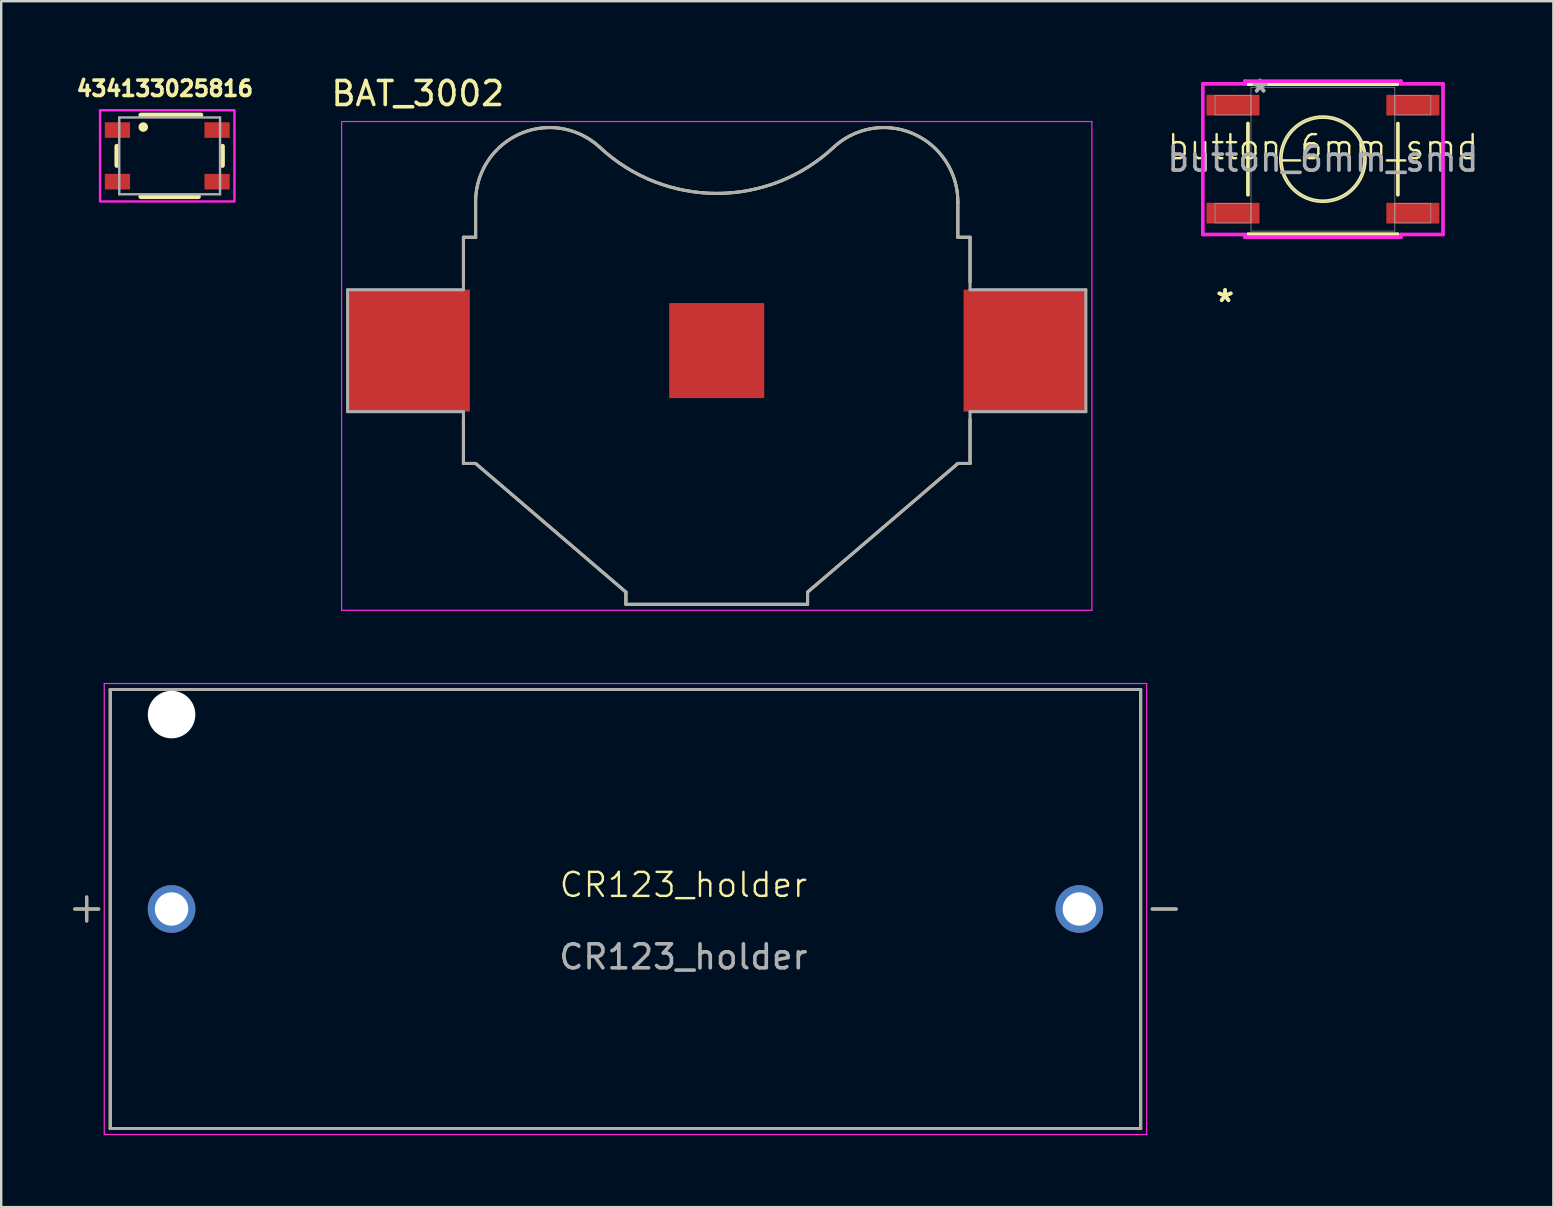
<source format=kicad_pcb>
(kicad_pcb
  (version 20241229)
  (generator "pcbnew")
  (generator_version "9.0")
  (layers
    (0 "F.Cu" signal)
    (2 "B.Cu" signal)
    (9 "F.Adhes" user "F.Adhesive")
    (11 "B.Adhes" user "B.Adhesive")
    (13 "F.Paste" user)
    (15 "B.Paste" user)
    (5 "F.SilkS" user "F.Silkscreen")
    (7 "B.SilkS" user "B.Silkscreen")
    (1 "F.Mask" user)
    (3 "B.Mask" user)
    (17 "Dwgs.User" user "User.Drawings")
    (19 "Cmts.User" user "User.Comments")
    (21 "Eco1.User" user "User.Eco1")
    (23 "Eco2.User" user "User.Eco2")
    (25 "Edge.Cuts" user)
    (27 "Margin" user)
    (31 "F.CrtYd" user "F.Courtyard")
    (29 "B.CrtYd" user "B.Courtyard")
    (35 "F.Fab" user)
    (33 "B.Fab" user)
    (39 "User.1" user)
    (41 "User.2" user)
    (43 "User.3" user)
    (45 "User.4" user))
  (footprint "button_6mm_smd"
    (layer "F.Cu")
    (at 52.067 3.581)
    (property "Reference" "button_6mm_smd" (at 0 -0.5 0) (unlocked yes) (layer "F.SilkS") (effects (font (size 1 1) (thickness 0.1))))
    (attr smd)
    (fp_line (start -3.124 -1.485) (end -3.124 1.485) (stroke (width 0.152) (type solid)) (layer "F.SilkS"))
    (fp_line (start -3.124 3.124) (end 3.124 3.124) (stroke (width 0.152) (type solid)) (layer "F.SilkS"))
    (fp_line (start 3.124 -3.124) (end -3.124 -3.124) (stroke (width 0.152) (type solid)) (layer "F.SilkS"))
    (fp_line (start 3.124 1.485) (end 3.124 -1.485) (stroke (width 0.152) (type solid)) (layer "F.SilkS"))
    (fp_circle (center 0 0) (end 1.753 0) (stroke (width 0.152) (type solid)) (fill no) (layer "F.SilkS"))
    (fp_line (start -5.004 -3.139) (end -3.251 -3.139) (stroke (width 0.152) (type solid)) (layer "F.CrtYd"))
    (fp_line (start -5.004 3.139) (end -5.004 -3.139) (stroke (width 0.152) (type solid)) (layer "F.CrtYd"))
    (fp_line (start -3.251 -3.251) (end 3.251 -3.251) (stroke (width 0.152) (type solid)) (layer "F.CrtYd"))
    (fp_line (start -3.251 -3.139) (end -3.251 -3.251) (stroke (width 0.152) (type solid)) (layer "F.CrtYd"))
    (fp_line (start -3.251 3.139) (end -5.004 3.139) (stroke (width 0.152) (type solid)) (layer "F.CrtYd"))
    (fp_line (start -3.251 3.251) (end -3.251 3.139) (stroke (width 0.152) (type solid)) (layer "F.CrtYd"))
    (fp_line (start 3.251 -3.251) (end 3.251 -3.139) (stroke (width 0.152) (type solid)) (layer "F.CrtYd"))
    (fp_line (start 3.251 -3.139) (end 5.004 -3.139) (stroke (width 0.152) (type solid)) (layer "F.CrtYd"))
    (fp_line (start 3.251 3.139) (end 3.251 3.251) (stroke (width 0.152) (type solid)) (layer "F.CrtYd"))
    (fp_line (start 3.251 3.251) (end -3.251 3.251) (stroke (width 0.152) (type solid)) (layer "F.CrtYd"))
    (fp_line (start 5.004 -3.139) (end 5.004 3.139) (stroke (width 0.152) (type solid)) (layer "F.CrtYd"))
    (fp_line (start 5.004 3.139) (end 3.251 3.139) (stroke (width 0.152) (type solid)) (layer "F.CrtYd"))
    (fp_line (start -4.496 -2.656) (end -4.496 -1.844) (stroke (width 0.025) (type solid)) (layer "F.Fab"))
    (fp_line (start -4.496 -1.844) (end -2.997 -1.844) (stroke (width 0.025) (type solid)) (layer "F.Fab"))
    (fp_line (start -4.496 1.844) (end -4.496 2.656) (stroke (width 0.025) (type solid)) (layer "F.Fab"))
    (fp_line (start -4.496 2.656) (end -2.997 2.656) (stroke (width 0.025) (type solid)) (layer "F.Fab"))
    (fp_line (start -2.997 -2.997) (end -2.997 2.997) (stroke (width 0.025) (type solid)) (layer "F.Fab"))
    (fp_line (start -2.997 -2.656) (end -4.496 -2.656) (stroke (width 0.025) (type solid)) (layer "F.Fab"))
    (fp_line (start -2.997 -1.844) (end -2.997 -2.656) (stroke (width 0.025) (type solid)) (layer "F.Fab"))
    (fp_line (start -2.997 1.844) (end -4.496 1.844) (stroke (width 0.025) (type solid)) (layer "F.Fab"))
    (fp_line (start -2.997 2.656) (end -2.997 1.844) (stroke (width 0.025) (type solid)) (layer "F.Fab"))
    (fp_line (start -2.997 2.997) (end 2.997 2.997) (stroke (width 0.025) (type solid)) (layer "F.Fab"))
    (fp_line (start 2.997 -2.997) (end -2.997 -2.997) (stroke (width 0.025) (type solid)) (layer "F.Fab"))
    (fp_line (start 2.997 -2.656) (end 2.997 -1.844) (stroke (width 0.025) (type solid)) (layer "F.Fab"))
    (fp_line (start 2.997 -1.844) (end 4.496 -1.844) (stroke (width 0.025) (type solid)) (layer "F.Fab"))
    (fp_line (start 2.997 1.844) (end 2.997 2.656) (stroke (width 0.025) (type solid)) (layer "F.Fab"))
    (fp_line (start 2.997 2.656) (end 4.496 2.656) (stroke (width 0.025) (type solid)) (layer "F.Fab"))
    (fp_line (start 2.997 2.997) (end 2.997 -2.997) (stroke (width 0.025) (type solid)) (layer "F.Fab"))
    (fp_line (start 4.496 -2.656) (end 2.997 -2.656) (stroke (width 0.025) (type solid)) (layer "F.Fab"))
    (fp_line (start 4.496 -1.844) (end 4.496 -2.656) (stroke (width 0.025) (type solid)) (layer "F.Fab"))
    (fp_line (start 4.496 1.844) (end 2.997 1.844) (stroke (width 0.025) (type solid)) (layer "F.Fab"))
    (fp_line (start 4.496 2.656) (end 4.496 1.844) (stroke (width 0.025) (type solid)) (layer "F.Fab"))
    (fp_circle (center 0 0) (end 1.753 0) (stroke (width 0.025) (type solid)) (fill no) (layer "F.Fab"))
    (fp_text user "*" (at -4.077 5.994 0) (unlocked yes) (layer "F.SilkS") (effects (font (size 1 1) (thickness 0.15))))
    (fp_text user "*" (at -4.077 5.994 0) (layer "F.SilkS") (effects (font (size 1 1) (thickness 0.15))))
    (fp_text user "${REFERENCE}" (at 0 0 0) (unlocked yes) (layer "F.Fab") (effects (font (size 1 1) (thickness 0.15))))
    (fp_text user "*" (at -2.616 -2.733 0) (layer "F.Fab") (effects (font (size 1 1) (thickness 0.15))))
    (fp_text user "*" (at -2.616 -2.733 0) (unlocked yes) (layer "F.Fab") (effects (font (size 1 1) (thickness 0.15))))
    (pad "1" smd rect (at -3.747 -2.25) (size 2.21 0.864) (layers "F.Cu" "F.Mask" "F.Paste"))
    (pad "1" smd rect (at 3.747 -2.25) (size 2.21 0.864) (layers "F.Cu" "F.Mask" "F.Paste"))
    (pad "2" smd rect (at -3.747 2.25) (size 2.21 0.864) (layers "F.Cu" "F.Mask" "F.Paste"))
    (pad "2" smd rect (at 3.747 2.25) (size 2.21 0.864) (layers "F.Cu" "F.Mask" "F.Paste")))
  (footprint "BAT_3002"
    (layer "F.Cu")
    (at 26.81 11.557)
    (property "Reference" "BAT_3002" (at -12.453 -10.709 0) (layer "F.SilkS") (effects (font (size 1 1) (thickness 0.15))))
    (attr smd)
    (fp_line (start -10.552 -4.721) (end -10.552 -2.86) (stroke (width 0.127) (type solid)) (layer "F.SilkS"))
    (fp_line (start -10.552 4.703) (end -10.552 2.86) (stroke (width 0.127) (type solid)) (layer "F.SilkS"))
    (fp_line (start -10.552 4.703) (end -10.044 4.703) (stroke (width 0.127) (type solid)) (layer "F.SilkS"))
    (fp_line (start -10.044 -4.721) (end -10.552 -4.721) (stroke (width 0.127) (type solid)) (layer "F.SilkS"))
    (fp_line (start -10.044 -4.721) (end -10.044 -6.18) (stroke (width 0.127) (type solid)) (layer "F.SilkS"))
    (fp_line (start -3.783 10.062) (end -10.044 4.703) (stroke (width 0.127) (type solid)) (layer "F.SilkS"))
    (fp_line (start -3.783 10.062) (end -3.783 10.57) (stroke (width 0.127) (type solid)) (layer "F.SilkS"))
    (fp_line (start -3.783 10.57) (end 3.786 10.57) (stroke (width 0.127) (type solid)) (layer "F.SilkS"))
    (fp_line (start 3.786 10.57) (end 3.786 10.062) (stroke (width 0.127) (type solid)) (layer "F.SilkS"))
    (fp_line (start 10.047 -6.18) (end 10.047 -4.721) (stroke (width 0.127) (type solid)) (layer "F.SilkS"))
    (fp_line (start 10.047 4.703) (end 3.786 10.062) (stroke (width 0.127) (type solid)) (layer "F.SilkS"))
    (fp_line (start 10.047 4.703) (end 10.555 4.703) (stroke (width 0.127) (type solid)) (layer "F.SilkS"))
    (fp_line (start 10.555 -4.721) (end 10.047 -4.721) (stroke (width 0.127) (type solid)) (layer "F.SilkS"))
    (fp_line (start 10.555 -2.86) (end 10.555 -4.721) (stroke (width 0.127) (type solid)) (layer "F.SilkS"))
    (fp_line (start 10.555 4.703) (end 10.555 2.86) (stroke (width 0.127) (type solid)) (layer "F.SilkS"))
    (fp_arc (start -10.0444 -6.18005) (mid -9.149372 -8.37419) (end -6.965 -9.2928) (stroke (width 0.127) (type solid)) (layer "F.SilkS"))
    (fp_arc (start -6.965 -9.2928) (mid -5.836781 -9.078691) (end -4.86544 -8.46614) (stroke (width 0.127) (type solid)) (layer "F.SilkS"))
    (fp_arc (start 4.86803 -8.46614) (mid 0.001295 -6.5496) (end -4.86544 -8.46614) (stroke (width 0.127) (type solid)) (layer "F.SilkS"))
    (fp_arc (start 4.86803 -8.46614) (mid 5.839428 -9.078844) (end 6.96777 -9.293) (stroke (width 0.127) (type solid)) (layer "F.SilkS"))
    (fp_arc (start 6.96777 -9.293) (mid 9.152098 -8.374254) (end 10.047 -6.18005) (stroke (width 0.127) (type solid)) (layer "F.SilkS"))
    (fp_line (start -15.628 -9.543) (end -15.628 10.82) (stroke (width 0.05) (type solid)) (layer "F.CrtYd"))
    (fp_line (start -15.628 10.82) (end 15.631 10.82) (stroke (width 0.05) (type solid)) (layer "F.CrtYd"))
    (fp_line (start 15.631 -9.543) (end -15.628 -9.543) (stroke (width 0.05) (type solid)) (layer "F.CrtYd"))
    (fp_line (start 15.631 10.82) (end 15.631 -9.543) (stroke (width 0.05) (type solid)) (layer "F.CrtYd"))
    (fp_line (start -15.378 -2.536) (end -10.552 -2.536) (stroke (width 0.127) (type solid)) (layer "F.Fab"))
    (fp_line (start -15.378 2.544) (end -15.378 -2.536) (stroke (width 0.127) (type solid)) (layer "F.Fab"))
    (fp_line (start -10.552 -4.721) (end -10.552 -2.536) (stroke (width 0.127) (type solid)) (layer "F.Fab"))
    (fp_line (start -10.552 2.544) (end -15.378 2.544) (stroke (width 0.127) (type solid)) (layer "F.Fab"))
    (fp_line (start -10.552 2.544) (end -10.552 4.703) (stroke (width 0.127) (type solid)) (layer "F.Fab"))
    (fp_line (start -10.552 4.703) (end -10.044 4.703) (stroke (width 0.127) (type solid)) (layer "F.Fab"))
    (fp_line (start -10.044 -4.721) (end -10.552 -4.721) (stroke (width 0.127) (type solid)) (layer "F.Fab"))
    (fp_line (start -10.044 -4.721) (end -10.044 -6.18) (stroke (width 0.127) (type solid)) (layer "F.Fab"))
    (fp_line (start -3.783 10.062) (end -10.044 4.703) (stroke (width 0.127) (type solid)) (layer "F.Fab"))
    (fp_line (start -3.783 10.062) (end -3.783 10.57) (stroke (width 0.127) (type solid)) (layer "F.Fab"))
    (fp_line (start -3.783 10.57) (end 3.786 10.57) (stroke (width 0.127) (type solid)) (layer "F.Fab"))
    (fp_line (start 3.786 10.57) (end 3.786 10.062) (stroke (width 0.127) (type solid)) (layer "F.Fab"))
    (fp_line (start 10.047 -6.18) (end 10.047 -4.721) (stroke (width 0.127) (type solid)) (layer "F.Fab"))
    (fp_line (start 10.047 4.703) (end 3.786 10.062) (stroke (width 0.127) (type solid)) (layer "F.Fab"))
    (fp_line (start 10.047 4.703) (end 10.555 4.703) (stroke (width 0.127) (type solid)) (layer "F.Fab"))
    (fp_line (start 10.555 -4.721) (end 10.047 -4.721) (stroke (width 0.127) (type solid)) (layer "F.Fab"))
    (fp_line (start 10.555 -2.536) (end 10.555 -4.721) (stroke (width 0.127) (type solid)) (layer "F.Fab"))
    (fp_line (start 10.555 -2.536) (end 15.381 -2.536) (stroke (width 0.127) (type solid)) (layer "F.Fab"))
    (fp_line (start 10.555 4.703) (end 10.555 2.544) (stroke (width 0.127) (type solid)) (layer "F.Fab"))
    (fp_line (start 15.381 -2.536) (end 15.381 2.544) (stroke (width 0.127) (type solid)) (layer "F.Fab"))
    (fp_line (start 15.381 2.544) (end 10.555 2.544) (stroke (width 0.127) (type solid)) (layer "F.Fab"))
    (fp_arc (start -10.0444 -6.18005) (mid -9.149372 -8.37419) (end -6.965 -9.2928) (stroke (width 0.127) (type solid)) (layer "F.Fab"))
    (fp_arc (start -6.965 -9.2928) (mid -5.836781 -9.078691) (end -4.86544 -8.46614) (stroke (width 0.127) (type solid)) (layer "F.Fab"))
    (fp_arc (start 4.86803 -8.46614) (mid 0.001295 -6.5496) (end -4.86544 -8.46614) (stroke (width 0.127) (type solid)) (layer "F.Fab"))
    (fp_arc (start 4.86803 -8.46614) (mid 5.839428 -9.078844) (end 6.96777 -9.293) (stroke (width 0.127) (type solid)) (layer "F.Fab"))
    (fp_arc (start 6.96777 -9.293) (mid 9.152098 -8.374254) (end 10.047 -6.18005) (stroke (width 0.127) (type solid)) (layer "F.Fab"))
    (pad "1" smd rect (at -12.825 0) (size 5.08 5.08) (layers "F.Cu" "F.Mask" "F.Paste"))
    (pad "1" smd rect (at 12.825 0) (size 5.08 5.08) (layers "F.Cu" "F.Mask" "F.Paste"))
    (pad "2" smd rect (at 0 0) (size 3.96 3.96) (layers "F.Cu" "F.Mask")))
  (footprint "434133025816"
    (layer "F.Cu")
    (at 3.918 3.444)
    (property "Reference" "434133025816" (at -0.1 -2.806 0) (layer "F.SilkS") (effects (font (size 0.64 0.64) (thickness 0.15))))
    (attr smd)
    (fp_line (start -2.1 -0.4) (end -2.1 0.4) (stroke (width 0.2) (type solid)) (layer "F.SilkS"))
    (fp_line (start -1.1 -1.7) (end 1.4 -1.7) (stroke (width 0.2) (type solid)) (layer "F.SilkS"))
    (fp_line (start -1.1 1.7) (end 1.3 1.7) (stroke (width 0.2) (type solid)) (layer "F.SilkS"))
    (fp_line (start 2.3 -0.4) (end 2.3 0.4) (stroke (width 0.2) (type solid)) (layer "F.SilkS"))
    (fp_circle (center -1 -1.2) (end -0.9 -1.2) (stroke (width 0.2) (type solid)) (fill no) (layer "F.SilkS"))
    (fp_poly (pts (xy -2.8 -1.9) (xy 2.8 -1.9) (xy 2.8 1.9) (xy -2.8 1.9)) (stroke (width 0.1) (type solid)) (fill no) (layer "F.CrtYd"))
    (fp_line (start -2 -1.6) (end 2.2 -1.6) (stroke (width 0.1) (type solid)) (layer "F.Fab"))
    (fp_line (start -2 1.6) (end -2 -1.6) (stroke (width 0.1) (type solid)) (layer "F.Fab"))
    (fp_line (start 2.2 -1.6) (end 2.2 1.6) (stroke (width 0.1) (type solid)) (layer "F.Fab"))
    (fp_line (start 2.2 1.6) (end -2 1.6) (stroke (width 0.1) (type solid)) (layer "F.Fab"))
    (pad "1" smd rect (at -2.075 -1.075) (size 1.05 0.65) (layers "F.Cu" "F.Mask" "F.Paste"))
    (pad "2" smd rect (at 2.075 -1.075) (size 1.05 0.65) (layers "F.Cu" "F.Mask" "F.Paste"))
    (pad "3" smd rect (at -2.075 1.075) (size 1.05 0.65) (layers "F.Cu" "F.Mask" "F.Paste"))
    (pad "4" smd rect (at 2.075 1.075) (size 1.05 0.65) (layers "F.Cu" "F.Mask" "F.Paste")))
  (footprint "CR123_holder"
    (layer "F.Cu")
    (at 21.613 34.317)
    (property "Reference" "CR123_holder" (at 3.81 -0.5 0) (unlocked yes) (layer "F.SilkS") (effects (font (size 1 1) (thickness 0.1))))
    (attr through_hole)
    (fp_line (start -21.55 0.505) (end -20.55 0.505) (stroke (width 0.127) (type solid)) (layer "F.SilkS"))
    (fp_line (start -21.05 0.005) (end -21.05 1.005) (stroke (width 0.127) (type solid)) (layer "F.SilkS"))
    (fp_line (start -20.07 -8.64) (end -18.835 -8.64) (stroke (width 0.127) (type solid)) (layer "F.SilkS"))
    (fp_line (start -20.07 9.65) (end -20.07 -8.64) (stroke (width 0.127) (type solid)) (layer "F.SilkS"))
    (fp_line (start -16.085 -8.64) (end 22.86 -8.64) (stroke (width 0.127) (type solid)) (layer "F.SilkS"))
    (fp_line (start 22.86 -8.64) (end 22.86 9.65) (stroke (width 0.127) (type solid)) (layer "F.SilkS"))
    (fp_line (start 22.86 9.65) (end -20.07 9.65) (stroke (width 0.127) (type solid)) (layer "F.SilkS"))
    (fp_line (start 23.34 0.505) (end 24.34 0.505) (stroke (width 0.127) (type solid)) (layer "F.SilkS"))
    (fp_line (start -20.32 -8.89) (end 23.11 -8.89) (stroke (width 0.05) (type solid)) (layer "F.CrtYd"))
    (fp_line (start -20.32 9.9) (end -20.32 -8.89) (stroke (width 0.05) (type solid)) (layer "F.CrtYd"))
    (fp_line (start 23.11 -8.89) (end 23.11 9.9) (stroke (width 0.05) (type solid)) (layer "F.CrtYd"))
    (fp_line (start 23.11 9.9) (end -20.32 9.9) (stroke (width 0.05) (type solid)) (layer "F.CrtYd"))
    (fp_line (start -21.05 0.005) (end -21.05 1.005) (stroke (width 0.127) (type solid)) (layer "F.Fab"))
    (fp_line (start -20.55 0.505) (end -21.55 0.505) (stroke (width 0.127) (type solid)) (layer "F.Fab"))
    (fp_line (start -20.07 -8.64) (end 22.86 -8.64) (stroke (width 0.127) (type solid)) (layer "F.Fab"))
    (fp_line (start -20.07 9.65) (end -20.07 -8.64) (stroke (width 0.127) (type solid)) (layer "F.Fab"))
    (fp_line (start 22.86 -8.64) (end 22.86 9.65) (stroke (width 0.127) (type solid)) (layer "F.Fab"))
    (fp_line (start 22.86 9.65) (end -20.07 9.65) (stroke (width 0.127) (type solid)) (layer "F.Fab"))
    (fp_line (start 23.34 0.505) (end 24.34 0.505) (stroke (width 0.127) (type solid)) (layer "F.Fab"))
    (fp_text user "${REFERENCE}" (at 3.81 2.5 0) (unlocked yes) (layer "F.Fab") (effects (font (size 1 1) (thickness 0.15))))
    (pad "" np_thru_hole circle (at -17.515 -7.595) (size 1.98 1.98) (drill 1.98) (layers "*.Cu" "*.Mask"))
    (pad "N" thru_hole circle (at 20.305 0.505) (size 1.985 1.985) (drill 1.39) (layers "*.Cu" "*.Mask"))
    (pad "P" thru_hole circle (at -17.515 0.505) (size 1.985 1.985) (drill 1.39) (layers "*.Cu" "*.Mask")))
  (gr_rect
    (start -3 -3)
    (end 61.668 47.242)
    (stroke (width 0.1) (type default))
    (fill no)
    (layer "Edge.Cuts")))
</source>
